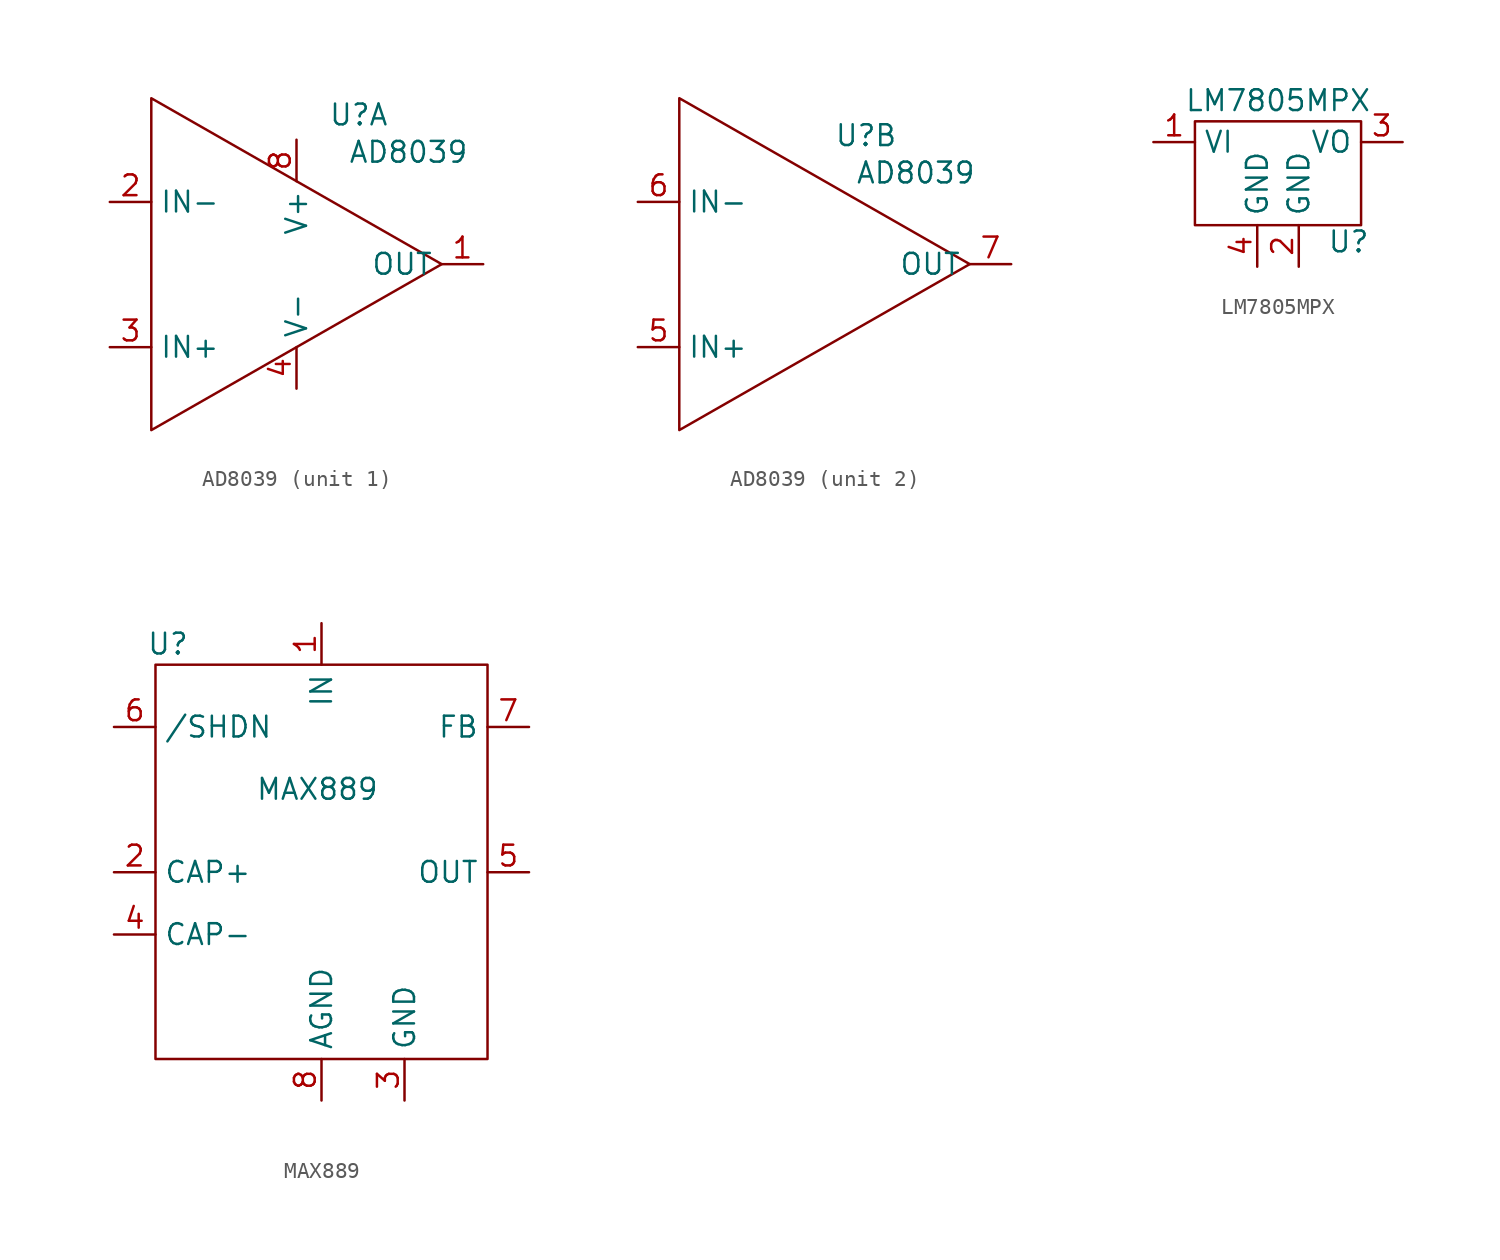
<source format=kicad_sym>
(kicad_symbol_lib
  (version 20231120)
  (generator "kicad_symbol_editor")
  (generator_version "8.0")
  (symbol "AD8039"
    (property "Reference" "U"
      (at 0 -4.826 0)
      (effects (font (size 1.27 1.27))))
    (property "Value" "AD8039"
      (at 3.048 -7.112 0)
      (effects (font (size 1.27 1.27))))
    (property "ki_locked" ""
      (at 0 0 0)
      (effects (font (size 1.27 1.27))))
    (symbol "AD8039_1_1"
      (polyline (pts (xy -12.7 -3.81) (xy 5.08 -13.97) (xy -12.7 -24.13) (xy -12.7 -3.81)) (stroke (width 0) (type default)) (fill (type none)))
      (pin output line (at 7.62 -13.97 180) (length 2.54) (name "OUT" (effects (font (size 1.27 1.27)))) (number "1" (effects (font (size 1.27 1.27)))))
      (pin input line (at -15.24 -10.16 0) (length 2.54) (name "IN-" (effects (font (size 1.27 1.27)))) (number "2" (effects (font (size 1.27 1.27)))))
      (pin input line (at -15.24 -19.05 0) (length 2.54) (name "IN+" (effects (font (size 1.27 1.27)))) (number "3" (effects (font (size 1.27 1.27)))))
      (pin input line (at -3.81 -21.59 90) (length 2.54) (name "V-" (effects (font (size 1.27 1.27)))) (number "4" (effects (font (size 1.27 1.27)))))
      (pin input line (at -3.81 -6.35 270) (length 2.54) (name "V+" (effects (font (size 1.27 1.27)))) (number "8" (effects (font (size 1.27 1.27))))))
    (symbol "AD8039_2_1"
      (polyline (pts (xy -11.43 -2.54) (xy 6.35 -12.7) (xy -11.43 -22.86) (xy -11.43 -2.54)) (stroke (width 0) (type default)) (fill (type none)))
      (pin input line (at -13.97 -17.78 0) (length 2.54) (name "IN+" (effects (font (size 1.27 1.27)))) (number "5" (effects (font (size 1.27 1.27)))))
      (pin input line (at -13.97 -8.89 0) (length 2.54) (name "IN-" (effects (font (size 1.27 1.27)))) (number "6" (effects (font (size 1.27 1.27)))))
      (pin output line (at 8.89 -12.7 180) (length 2.54) (name "OUT" (effects (font (size 1.27 1.27)))) (number "7" (effects (font (size 1.27 1.27)))))))
  (symbol "LM7805MPX"
    (property "Reference" "U"
      (at 6.858 -7.366 0)
      (effects (font (size 1.27 1.27))))
    (property "Value" "LM7805MPX"
      (at 2.54 1.27 0)
      (effects (font (size 1.27 1.27))))
    (property "Footprint" ""
      (at 0 0 0)
      (effects (font (size 1.27 1.27))))
    (symbol "LM7805MPX_0_1"
      (rectangle (start -2.54 0) (end 7.62 -6.35) (stroke (width 0) (type default)) (fill (type none))))
    (symbol "LM7805MPX_1_1"
      (pin input line (at -5.08 -1.27 0) (length 2.54) (name "VI" (effects (font (size 1.27 1.27)))) (number "1" (effects (font (size 1.27 1.27)))))
      (pin input line (at 3.81 -8.89 90) (length 2.54) (name "GND" (effects (font (size 1.27 1.27)))) (number "2" (effects (font (size 1.27 1.27)))))
      (pin output line (at 10.16 -1.27 180) (length 2.54) (name "VO" (effects (font (size 1.27 1.27)))) (number "3" (effects (font (size 1.27 1.27)))))
      (pin input line (at 1.27 -8.89 90) (length 2.54) (name "GND" (effects (font (size 1.27 1.27)))) (number "4" (effects (font (size 1.27 1.27)))))))
  (symbol "MAX889"
    (property "Reference" "U"
      (at -9.398 -3.81 0)
      (effects (font (size 1.27 1.27))))
    (property "Value" "MAX889"
      (at -0.254 -12.7 0)
      (effects (font (size 1.27 1.27))))
    (symbol "MAX889_0_1"
      (rectangle (start -10.16 -5.08) (end 10.16 -29.21) (stroke (width 0) (type default)) (fill (type none))))
    (symbol "MAX889_1_1"
      (pin input line (at 0 -2.54 270) (length 2.54) (name "IN" (effects (font (size 1.27 1.27)))) (number "1" (effects (font (size 1.27 1.27)))))
      (pin passive line (at -12.7 -17.78 0) (length 2.54) (name "CAP+" (effects (font (size 1.27 1.27)))) (number "2" (effects (font (size 1.27 1.27)))))
      (pin input line (at 5.08 -31.75 90) (length 2.54) (name "GND" (effects (font (size 1.27 1.27)))) (number "3" (effects (font (size 1.27 1.27)))))
      (pin passive line (at -12.7 -21.59 0) (length 2.54) (name "CAP-" (effects (font (size 1.27 1.27)))) (number "4" (effects (font (size 1.27 1.27)))))
      (pin output line (at 12.7 -17.78 180) (length 2.54) (name "OUT" (effects (font (size 1.27 1.27)))) (number "5" (effects (font (size 1.27 1.27)))))
      (pin input line (at -12.7 -8.89 0) (length 2.54) (name "/SHDN" (effects (font (size 1.27 1.27)))) (number "6" (effects (font (size 1.27 1.27)))))
      (pin input line (at 12.7 -8.89 180) (length 2.54) (name "FB" (effects (font (size 1.27 1.27)))) (number "7" (effects (font (size 1.27 1.27)))))
      (pin input line (at 0 -31.75 90) (length 2.54) (name "AGND" (effects (font (size 1.27 1.27)))) (number "8" (effects (font (size 1.27 1.27))))))))
</source>
